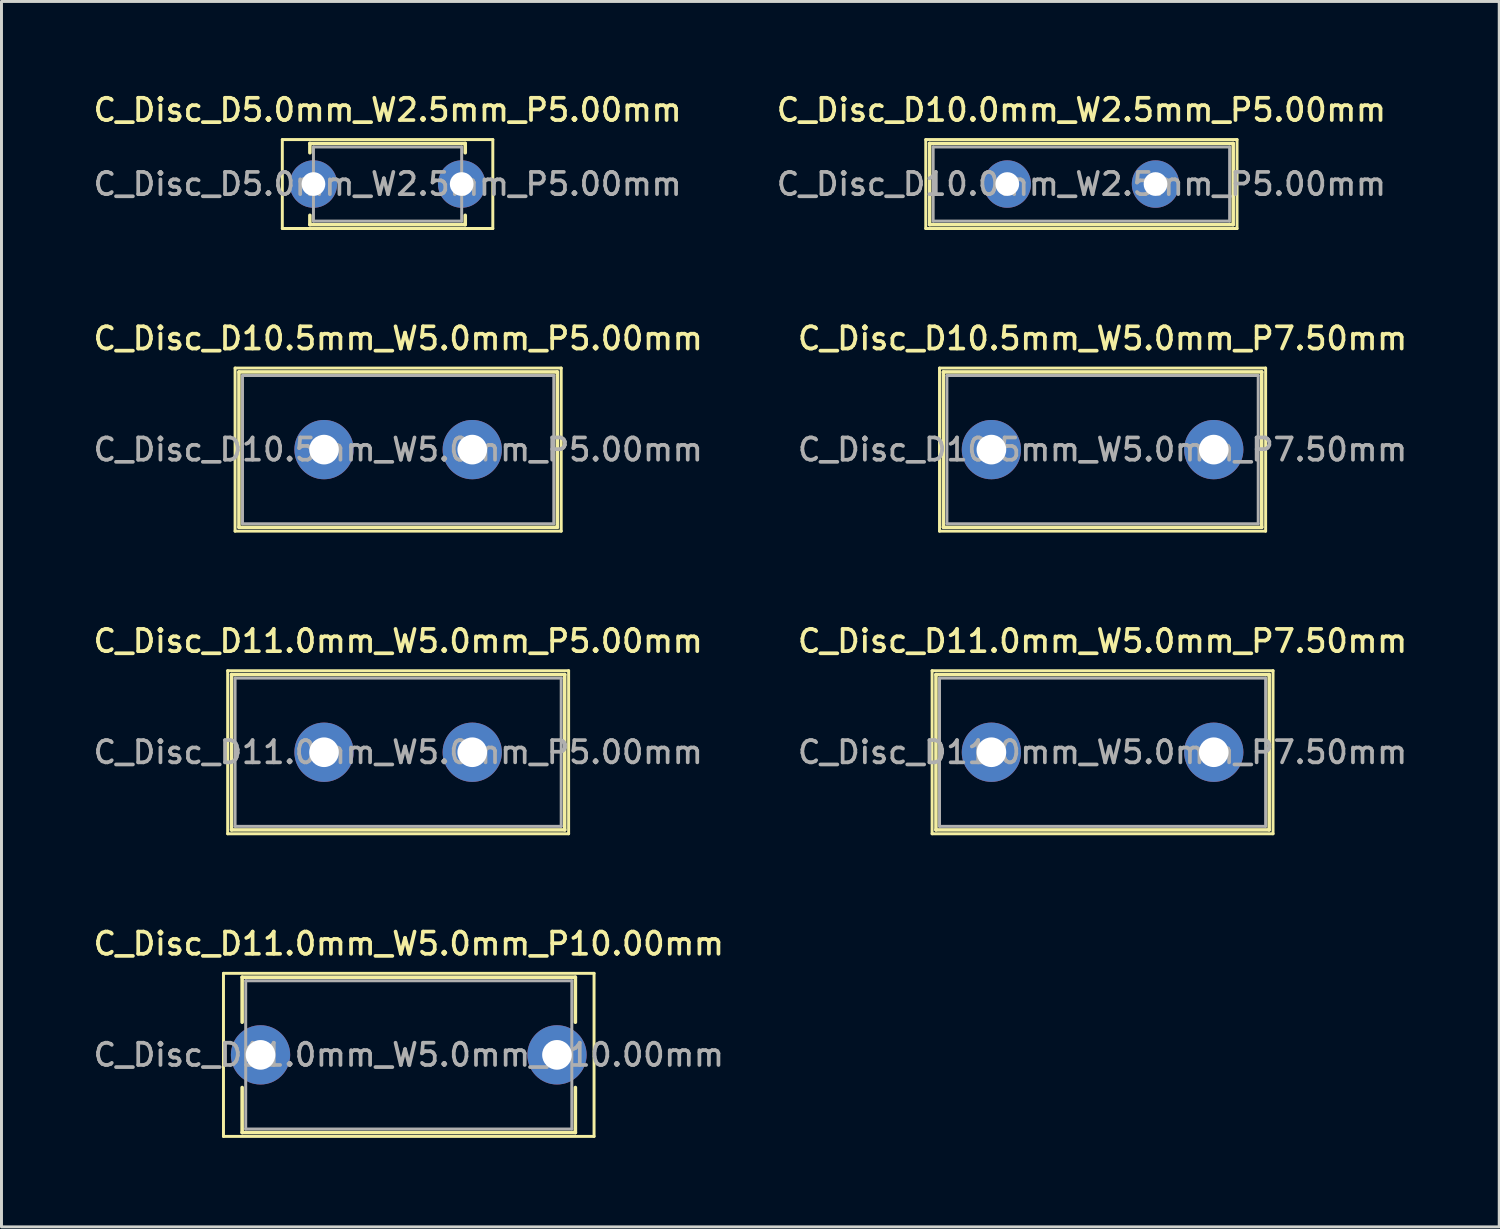
<source format=kicad_pcb>
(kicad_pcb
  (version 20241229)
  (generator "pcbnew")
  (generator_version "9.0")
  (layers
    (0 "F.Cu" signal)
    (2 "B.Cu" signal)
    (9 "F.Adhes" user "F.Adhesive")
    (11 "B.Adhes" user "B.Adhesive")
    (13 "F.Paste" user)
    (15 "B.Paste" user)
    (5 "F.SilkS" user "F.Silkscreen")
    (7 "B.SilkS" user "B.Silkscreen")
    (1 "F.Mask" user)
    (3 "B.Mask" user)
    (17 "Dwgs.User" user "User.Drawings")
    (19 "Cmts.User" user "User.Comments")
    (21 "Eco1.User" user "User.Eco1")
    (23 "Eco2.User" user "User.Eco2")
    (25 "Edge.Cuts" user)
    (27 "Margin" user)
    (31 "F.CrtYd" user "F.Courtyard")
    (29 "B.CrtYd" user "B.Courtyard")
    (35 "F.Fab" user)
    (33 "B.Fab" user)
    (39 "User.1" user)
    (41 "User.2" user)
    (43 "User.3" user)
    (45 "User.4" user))
  (footprint "C_Disc_D10.0mm_W2.5mm_P5.00mm"
    (layer "F.Cu")
    (at 30.927 3.158)
    (property "Reference" "C_Disc_D10.0mm_W2.5mm_P5.00mm" (at 2.5 -2.5 0) (layer "F.SilkS") (effects (font (size 0.75 0.75) (thickness 0.125))))
    (attr through_hole)
    (fp_line (start -2.75 -1.5) (end -2.75 1.5) (stroke (width 0.1) (type solid)) (layer "F.SilkS"))
    (fp_line (start -2.75 1.5) (end 7.75 1.5) (stroke (width 0.1) (type solid)) (layer "F.SilkS"))
    (fp_line (start -2.62 -1.37) (end -2.62 1.37) (stroke (width 0.12) (type solid)) (layer "F.SilkS"))
    (fp_line (start -2.62 -1.37) (end 7.62 -1.37) (stroke (width 0.12) (type solid)) (layer "F.SilkS"))
    (fp_line (start -2.62 1.37) (end 7.62 1.37) (stroke (width 0.12) (type solid)) (layer "F.SilkS"))
    (fp_line (start 7.62 -1.37) (end 7.62 1.37) (stroke (width 0.12) (type solid)) (layer "F.SilkS"))
    (fp_line (start 7.75 -1.5) (end -2.75 -1.5) (stroke (width 0.1) (type solid)) (layer "F.SilkS"))
    (fp_line (start 7.75 1.5) (end 7.75 -1.5) (stroke (width 0.1) (type solid)) (layer "F.SilkS"))
    (fp_line (start -2.5 -1.25) (end -2.5 1.25) (stroke (width 0.1) (type solid)) (layer "F.Fab"))
    (fp_line (start -2.5 1.25) (end 7.5 1.25) (stroke (width 0.1) (type solid)) (layer "F.Fab"))
    (fp_line (start 7.5 -1.25) (end -2.5 -1.25) (stroke (width 0.1) (type solid)) (layer "F.Fab"))
    (fp_line (start 7.5 1.25) (end 7.5 -1.25) (stroke (width 0.1) (type solid)) (layer "F.Fab"))
    (fp_text user "${REFERENCE}" (at 2.5 0 0) (layer "F.Fab") (effects (font (size 0.75 0.75) (thickness 0.125))))
    (pad "1" thru_hole circle (at 0 0) (size 1.6 1.6) (drill 0.8) (layers "*.Cu" "*.Mask"))
    (pad "2" thru_hole circle (at 5 0) (size 1.6 1.6) (drill 0.8) (layers "*.Cu" "*.Mask")))
  (footprint "C_Disc_D11.0mm_W5.0mm_P5.00mm"
    (layer "F.Cu")
    (at 7.88 22.324)
    (property "Reference" "C_Disc_D11.0mm_W5.0mm_P5.00mm" (at 2.5 -3.75 0) (layer "F.SilkS") (effects (font (size 0.75 0.75) (thickness 0.125))))
    (attr through_hole)
    (fp_line (start -3.25 -2.75) (end -3.25 2.75) (stroke (width 0.1) (type solid)) (layer "F.SilkS"))
    (fp_line (start -3.25 2.75) (end 8.25 2.75) (stroke (width 0.1) (type solid)) (layer "F.SilkS"))
    (fp_line (start -3.12 -2.62) (end -3.12 2.62) (stroke (width 0.12) (type solid)) (layer "F.SilkS"))
    (fp_line (start -3.12 -2.62) (end 8.12 -2.62) (stroke (width 0.12) (type solid)) (layer "F.SilkS"))
    (fp_line (start -3.12 2.62) (end 8.12 2.62) (stroke (width 0.12) (type solid)) (layer "F.SilkS"))
    (fp_line (start 8.12 -2.62) (end 8.12 2.62) (stroke (width 0.12) (type solid)) (layer "F.SilkS"))
    (fp_line (start 8.25 -2.75) (end -3.25 -2.75) (stroke (width 0.1) (type solid)) (layer "F.SilkS"))
    (fp_line (start 8.25 2.75) (end 8.25 -2.75) (stroke (width 0.1) (type solid)) (layer "F.SilkS"))
    (fp_line (start -3 -2.5) (end -3 2.5) (stroke (width 0.1) (type solid)) (layer "F.Fab"))
    (fp_line (start -3 2.5) (end 8 2.5) (stroke (width 0.1) (type solid)) (layer "F.Fab"))
    (fp_line (start 8 -2.5) (end -3 -2.5) (stroke (width 0.1) (type solid)) (layer "F.Fab"))
    (fp_line (start 8 2.5) (end 8 -2.5) (stroke (width 0.1) (type solid)) (layer "F.Fab"))
    (fp_text user "${REFERENCE}" (at 2.5 0 0) (layer "F.Fab") (effects (font (size 0.75 0.75) (thickness 0.125))))
    (pad "1" thru_hole circle (at 0 0) (size 2 2) (drill 1) (layers "*.Cu" "*.Mask"))
    (pad "2" thru_hole circle (at 5 0) (size 2 2) (drill 1) (layers "*.Cu" "*.Mask")))
  (footprint "C_Disc_D10.5mm_W5.0mm_P5.00mm"
    (layer "F.Cu")
    (at 7.88 12.116)
    (property "Reference" "C_Disc_D10.5mm_W5.0mm_P5.00mm" (at 2.5 -3.75 0) (layer "F.SilkS") (effects (font (size 0.75 0.75) (thickness 0.125))))
    (attr through_hole)
    (fp_line (start -3 -2.75) (end -3 2.75) (stroke (width 0.1) (type solid)) (layer "F.SilkS"))
    (fp_line (start -3 2.75) (end 8 2.75) (stroke (width 0.1) (type solid)) (layer "F.SilkS"))
    (fp_line (start -2.87 -2.62) (end -2.87 2.62) (stroke (width 0.12) (type solid)) (layer "F.SilkS"))
    (fp_line (start -2.87 -2.62) (end 7.87 -2.62) (stroke (width 0.12) (type solid)) (layer "F.SilkS"))
    (fp_line (start -2.87 2.62) (end 7.87 2.62) (stroke (width 0.12) (type solid)) (layer "F.SilkS"))
    (fp_line (start 7.87 -2.62) (end 7.87 2.62) (stroke (width 0.12) (type solid)) (layer "F.SilkS"))
    (fp_line (start 8 -2.75) (end -3 -2.75) (stroke (width 0.1) (type solid)) (layer "F.SilkS"))
    (fp_line (start 8 2.75) (end 8 -2.75) (stroke (width 0.1) (type solid)) (layer "F.SilkS"))
    (fp_line (start -2.75 -2.5) (end -2.75 2.5) (stroke (width 0.1) (type solid)) (layer "F.Fab"))
    (fp_line (start -2.75 2.5) (end 7.75 2.5) (stroke (width 0.1) (type solid)) (layer "F.Fab"))
    (fp_line (start 7.75 -2.5) (end -2.75 -2.5) (stroke (width 0.1) (type solid)) (layer "F.Fab"))
    (fp_line (start 7.75 2.5) (end 7.75 -2.5) (stroke (width 0.1) (type solid)) (layer "F.Fab"))
    (fp_text user "${REFERENCE}" (at 2.5 0 0) (layer "F.Fab") (effects (font (size 0.75 0.75) (thickness 0.125))))
    (pad "1" thru_hole circle (at 0 0) (size 2 2) (drill 1) (layers "*.Cu" "*.Mask"))
    (pad "2" thru_hole circle (at 5 0) (size 2 2) (drill 1) (layers "*.Cu" "*.Mask")))
  (footprint "C_Disc_D11.0mm_W5.0mm_P10.00mm"
    (layer "F.Cu")
    (at 5.738 32.532)
    (property "Reference" "C_Disc_D11.0mm_W5.0mm_P10.00mm" (at 5 -3.75 0) (layer "F.SilkS") (effects (font (size 0.75 0.75) (thickness 0.125))))
    (attr through_hole)
    (fp_line (start -1.25 -2.75) (end -1.25 2.75) (stroke (width 0.1) (type solid)) (layer "F.SilkS"))
    (fp_line (start -1.25 2.75) (end 11.25 2.75) (stroke (width 0.1) (type solid)) (layer "F.SilkS"))
    (fp_line (start -0.62 -2.62) (end -0.62 -1.101) (stroke (width 0.12) (type solid)) (layer "F.SilkS"))
    (fp_line (start -0.62 -2.62) (end 10.62 -2.62) (stroke (width 0.12) (type solid)) (layer "F.SilkS"))
    (fp_line (start -0.62 1.101) (end -0.62 2.62) (stroke (width 0.12) (type solid)) (layer "F.SilkS"))
    (fp_line (start -0.62 2.62) (end 10.62 2.62) (stroke (width 0.12) (type solid)) (layer "F.SilkS"))
    (fp_line (start 10.62 -2.62) (end 10.62 -1.101) (stroke (width 0.12) (type solid)) (layer "F.SilkS"))
    (fp_line (start 10.62 1.101) (end 10.62 2.62) (stroke (width 0.12) (type solid)) (layer "F.SilkS"))
    (fp_line (start 11.25 -2.75) (end -1.25 -2.75) (stroke (width 0.1) (type solid)) (layer "F.SilkS"))
    (fp_line (start 11.25 2.75) (end 11.25 -2.75) (stroke (width 0.1) (type solid)) (layer "F.SilkS"))
    (fp_line (start -0.5 -2.5) (end -0.5 2.5) (stroke (width 0.1) (type solid)) (layer "F.Fab"))
    (fp_line (start -0.5 2.5) (end 10.5 2.5) (stroke (width 0.1) (type solid)) (layer "F.Fab"))
    (fp_line (start 10.5 -2.5) (end -0.5 -2.5) (stroke (width 0.1) (type solid)) (layer "F.Fab"))
    (fp_line (start 10.5 2.5) (end 10.5 -2.5) (stroke (width 0.1) (type solid)) (layer "F.Fab"))
    (fp_text user "${REFERENCE}" (at 5 0 0) (layer "F.Fab") (effects (font (size 0.75 0.75) (thickness 0.125))))
    (pad "1" thru_hole circle (at 0 0) (size 2 2) (drill 1) (layers "*.Cu" "*.Mask"))
    (pad "2" thru_hole circle (at 10 0) (size 2 2) (drill 1) (layers "*.Cu" "*.Mask")))
  (footprint "C_Disc_D5.0mm_W2.5mm_P5.00mm"
    (layer "F.Cu")
    (at 7.523 3.158)
    (property "Reference" "C_Disc_D5.0mm_W2.5mm_P5.00mm" (at 2.5 -2.5 0) (layer "F.SilkS") (effects (font (size 0.75 0.75) (thickness 0.125))))
    (attr through_hole)
    (fp_line (start -1.05 -1.5) (end -1.05 1.5) (stroke (width 0.1) (type solid)) (layer "F.SilkS"))
    (fp_line (start -1.05 1.5) (end 6.05 1.5) (stroke (width 0.1) (type solid)) (layer "F.SilkS"))
    (fp_line (start -0.12 -1.37) (end -0.12 -1.055) (stroke (width 0.12) (type solid)) (layer "F.SilkS"))
    (fp_line (start -0.12 -1.37) (end 5.12 -1.37) (stroke (width 0.12) (type solid)) (layer "F.SilkS"))
    (fp_line (start -0.12 1.055) (end -0.12 1.37) (stroke (width 0.12) (type solid)) (layer "F.SilkS"))
    (fp_line (start -0.12 1.37) (end 5.12 1.37) (stroke (width 0.12) (type solid)) (layer "F.SilkS"))
    (fp_line (start 5.12 -1.37) (end 5.12 -1.055) (stroke (width 0.12) (type solid)) (layer "F.SilkS"))
    (fp_line (start 5.12 1.055) (end 5.12 1.37) (stroke (width 0.12) (type solid)) (layer "F.SilkS"))
    (fp_line (start 6.05 -1.5) (end -1.05 -1.5) (stroke (width 0.1) (type solid)) (layer "F.SilkS"))
    (fp_line (start 6.05 1.5) (end 6.05 -1.5) (stroke (width 0.1) (type solid)) (layer "F.SilkS"))
    (fp_line (start 0 -1.25) (end 0 1.25) (stroke (width 0.1) (type solid)) (layer "F.Fab"))
    (fp_line (start 0 1.25) (end 5 1.25) (stroke (width 0.1) (type solid)) (layer "F.Fab"))
    (fp_line (start 5 -1.25) (end 0 -1.25) (stroke (width 0.1) (type solid)) (layer "F.Fab"))
    (fp_line (start 5 1.25) (end 5 -1.25) (stroke (width 0.1) (type solid)) (layer "F.Fab"))
    (fp_text user "${REFERENCE}" (at 2.5 0 0) (layer "F.Fab") (effects (font (size 0.75 0.75) (thickness 0.125))))
    (pad "1" thru_hole circle (at 0 0) (size 1.6 1.6) (drill 0.8) (layers "*.Cu" "*.Mask"))
    (pad "2" thru_hole circle (at 5 0) (size 1.6 1.6) (drill 0.8) (layers "*.Cu" "*.Mask")))
  (footprint "C_Disc_D10.5mm_W5.0mm_P7.50mm"
    (layer "F.Cu")
    (at 30.391 12.116)
    (property "Reference" "C_Disc_D10.5mm_W5.0mm_P7.50mm" (at 3.75 -3.75 0) (layer "F.SilkS") (effects (font (size 0.75 0.75) (thickness 0.125))))
    (attr through_hole)
    (fp_line (start -1.75 -2.75) (end -1.75 2.75) (stroke (width 0.1) (type solid)) (layer "F.SilkS"))
    (fp_line (start -1.75 2.75) (end 9.25 2.75) (stroke (width 0.1) (type solid)) (layer "F.SilkS"))
    (fp_line (start -1.62 -2.62) (end -1.62 2.62) (stroke (width 0.12) (type solid)) (layer "F.SilkS"))
    (fp_line (start -1.62 -2.62) (end 9.12 -2.62) (stroke (width 0.12) (type solid)) (layer "F.SilkS"))
    (fp_line (start -1.62 2.62) (end 9.12 2.62) (stroke (width 0.12) (type solid)) (layer "F.SilkS"))
    (fp_line (start 9.12 -2.62) (end 9.12 2.62) (stroke (width 0.12) (type solid)) (layer "F.SilkS"))
    (fp_line (start 9.25 -2.75) (end -1.75 -2.75) (stroke (width 0.1) (type solid)) (layer "F.SilkS"))
    (fp_line (start 9.25 2.75) (end 9.25 -2.75) (stroke (width 0.1) (type solid)) (layer "F.SilkS"))
    (fp_line (start -1.5 -2.5) (end -1.5 2.5) (stroke (width 0.1) (type solid)) (layer "F.Fab"))
    (fp_line (start -1.5 2.5) (end 9 2.5) (stroke (width 0.1) (type solid)) (layer "F.Fab"))
    (fp_line (start 9 -2.5) (end -1.5 -2.5) (stroke (width 0.1) (type solid)) (layer "F.Fab"))
    (fp_line (start 9 2.5) (end 9 -2.5) (stroke (width 0.1) (type solid)) (layer "F.Fab"))
    (fp_text user "${REFERENCE}" (at 3.75 0 0) (layer "F.Fab") (effects (font (size 0.75 0.75) (thickness 0.125))))
    (pad "1" thru_hole circle (at 0 0) (size 2 2) (drill 1) (layers "*.Cu" "*.Mask"))
    (pad "2" thru_hole circle (at 7.5 0) (size 2 2) (drill 1) (layers "*.Cu" "*.Mask")))
  (footprint "C_Disc_D11.0mm_W5.0mm_P7.50mm"
    (layer "F.Cu")
    (at 30.391 22.324)
    (property "Reference" "C_Disc_D11.0mm_W5.0mm_P7.50mm" (at 3.75 -3.75 0) (layer "F.SilkS") (effects (font (size 0.75 0.75) (thickness 0.125))))
    (attr through_hole)
    (fp_line (start -2 -2.75) (end -2 2.75) (stroke (width 0.1) (type solid)) (layer "F.SilkS"))
    (fp_line (start -2 2.75) (end 9.5 2.75) (stroke (width 0.1) (type solid)) (layer "F.SilkS"))
    (fp_line (start -1.87 -2.62) (end -1.87 2.62) (stroke (width 0.12) (type solid)) (layer "F.SilkS"))
    (fp_line (start -1.87 -2.62) (end 9.37 -2.62) (stroke (width 0.12) (type solid)) (layer "F.SilkS"))
    (fp_line (start -1.87 2.62) (end 9.37 2.62) (stroke (width 0.12) (type solid)) (layer "F.SilkS"))
    (fp_line (start 9.37 -2.62) (end 9.37 2.62) (stroke (width 0.12) (type solid)) (layer "F.SilkS"))
    (fp_line (start 9.5 -2.75) (end -2 -2.75) (stroke (width 0.1) (type solid)) (layer "F.SilkS"))
    (fp_line (start 9.5 2.75) (end 9.5 -2.75) (stroke (width 0.1) (type solid)) (layer "F.SilkS"))
    (fp_line (start -1.75 -2.5) (end -1.75 2.5) (stroke (width 0.1) (type solid)) (layer "F.Fab"))
    (fp_line (start -1.75 2.5) (end 9.25 2.5) (stroke (width 0.1) (type solid)) (layer "F.Fab"))
    (fp_line (start 9.25 -2.5) (end -1.75 -2.5) (stroke (width 0.1) (type solid)) (layer "F.Fab"))
    (fp_line (start 9.25 2.5) (end 9.25 -2.5) (stroke (width 0.1) (type solid)) (layer "F.Fab"))
    (fp_text user "${REFERENCE}" (at 3.75 0 0) (layer "F.Fab") (effects (font (size 0.75 0.75) (thickness 0.125))))
    (pad "1" thru_hole circle (at 0 0) (size 2 2) (drill 1) (layers "*.Cu" "*.Mask"))
    (pad "2" thru_hole circle (at 7.5 0) (size 2 2) (drill 1) (layers "*.Cu" "*.Mask")))
  (gr_rect
    (start -3 -3)
    (end 47.521 38.333)
    (stroke (width 0.1) (type default))
    (fill no)
    (layer "Edge.Cuts")))
</source>
